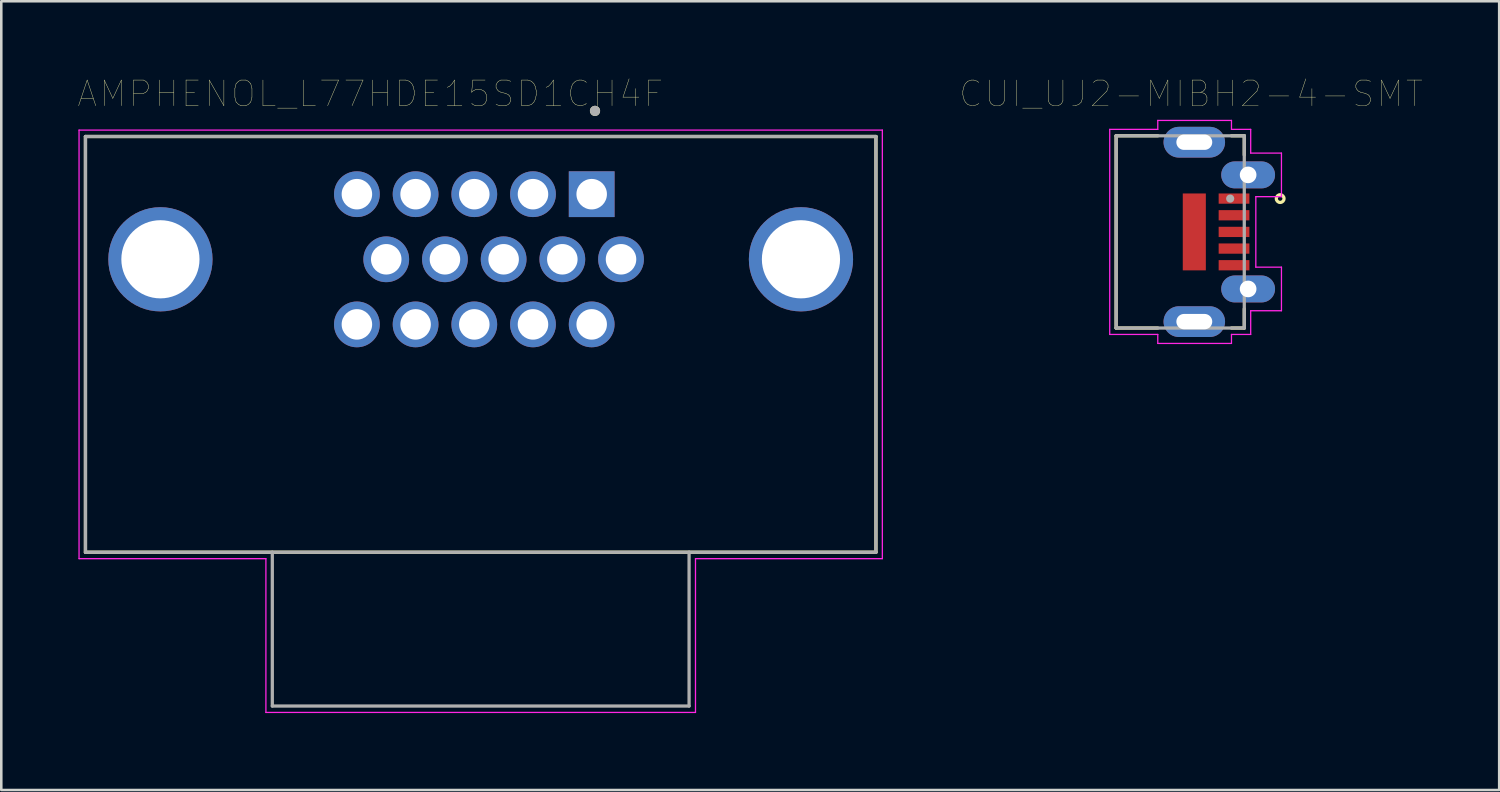
<source format=kicad_pcb>
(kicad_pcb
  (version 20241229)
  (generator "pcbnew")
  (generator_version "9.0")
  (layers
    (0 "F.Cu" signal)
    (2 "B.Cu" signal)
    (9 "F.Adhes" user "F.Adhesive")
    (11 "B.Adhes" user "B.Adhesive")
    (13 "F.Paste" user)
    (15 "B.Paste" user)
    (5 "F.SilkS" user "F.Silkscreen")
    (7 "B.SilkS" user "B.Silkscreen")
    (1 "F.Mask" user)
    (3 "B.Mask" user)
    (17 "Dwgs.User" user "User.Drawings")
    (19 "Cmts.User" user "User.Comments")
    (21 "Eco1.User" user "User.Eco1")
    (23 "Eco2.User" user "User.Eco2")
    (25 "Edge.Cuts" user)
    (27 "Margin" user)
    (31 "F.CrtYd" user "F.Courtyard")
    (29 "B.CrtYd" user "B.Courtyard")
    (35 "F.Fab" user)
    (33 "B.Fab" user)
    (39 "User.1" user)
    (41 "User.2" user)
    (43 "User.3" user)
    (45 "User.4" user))
  (footprint "CUI_UJ2-MIBH2-4-SMT"
    (layer "F.Cu")
    (at 45.095 4.698)
    (property "Reference" "CUI_UJ2-MIBH2-4-SMT" (at -1.676 -4.086 0) (layer "F.SilkS") (effects (font (size 1 1) (thickness 0.015))))
    (attr through_hole)
    (fp_line (start -4.6 -2.45) (end -2.975 -2.45) (stroke (width 0.127) (type solid)) (layer "F.SilkS"))
    (fp_line (start -4.6 5.05) (end -4.6 -2.45) (stroke (width 0.127) (type solid)) (layer "F.SilkS"))
    (fp_line (start -2.975 5.05) (end -4.6 5.05) (stroke (width 0.127) (type solid)) (layer "F.SilkS"))
    (fp_line (start -0.1 -2.45) (end 0.4 -2.45) (stroke (width 0.127) (type solid)) (layer "F.SilkS"))
    (fp_line (start 0.4 -2.45) (end 0.4 -1.7) (stroke (width 0.127) (type solid)) (layer "F.SilkS"))
    (fp_line (start 0.4 4.3) (end 0.4 5.05) (stroke (width 0.127) (type solid)) (layer "F.SilkS"))
    (fp_line (start 0.4 5.05) (end -0.1 5.05) (stroke (width 0.127) (type solid)) (layer "F.SilkS"))
    (fp_circle (center 1.8 0) (end 1.95 0) (stroke (width 0.127) (type solid)) (fill no) (layer "F.SilkS"))
    (fp_line (start 0.475 -1.25) (end 0.55 -1.25) (stroke (width 0.001) (type solid)) (layer "Edge.Cuts"))
    (fp_line (start 0.475 3.2) (end 0.55 3.2) (stroke (width 0.001) (type solid)) (layer "Edge.Cuts"))
    (fp_line (start 0.55 -1.25) (end 0.625 -1.25) (stroke (width 0.001) (type solid)) (layer "Edge.Cuts"))
    (fp_line (start 0.55 -0.6) (end 0.475 -0.6) (stroke (width 0.001) (type solid)) (layer "Edge.Cuts"))
    (fp_line (start 0.55 3.2) (end 0.625 3.2) (stroke (width 0.001) (type solid)) (layer "Edge.Cuts"))
    (fp_line (start 0.55 3.85) (end 0.475 3.85) (stroke (width 0.001) (type solid)) (layer "Edge.Cuts"))
    (fp_line (start 0.625 -0.6) (end 0.55 -0.6) (stroke (width 0.001) (type solid)) (layer "Edge.Cuts"))
    (fp_line (start 0.625 3.85) (end 0.55 3.85) (stroke (width 0.001) (type solid)) (layer "Edge.Cuts"))
    (fp_arc (start 0.15 -0.925) (mid 0.245337 -1.155163) (end 0.4755 -1.2505) (stroke (width 0.001) (type solid)) (layer "Edge.Cuts"))
    (fp_arc (start 0.15 3.525) (mid 0.245337 3.294837) (end 0.4755 3.1995) (stroke (width 0.001) (type solid)) (layer "Edge.Cuts"))
    (fp_arc (start 0.475 -0.6) (mid 0.24519 -0.69519) (end 0.15 -0.925) (stroke (width 0.001) (type solid)) (layer "Edge.Cuts"))
    (fp_arc (start 0.475 3.85) (mid 0.24519 3.75481) (end 0.15 3.525) (stroke (width 0.001) (type solid)) (layer "Edge.Cuts"))
    (fp_arc (start 0.625 -1.25) (mid 0.85481 -1.15481) (end 0.95 -0.925) (stroke (width 0.001) (type solid)) (layer "Edge.Cuts"))
    (fp_arc (start 0.625 3.2) (mid 0.85481 3.29519) (end 0.95 3.525) (stroke (width 0.001) (type solid)) (layer "Edge.Cuts"))
    (fp_arc (start 0.95 -0.925) (mid 0.854663 -0.694837) (end 0.6245 -0.5995) (stroke (width 0.001) (type solid)) (layer "Edge.Cuts"))
    (fp_arc (start 0.95 3.525) (mid 0.854663 3.755163) (end 0.6245 3.8505) (stroke (width 0.001) (type solid)) (layer "Edge.Cuts"))
    (fp_line (start -4.85 -2.7) (end -2.975 -2.7) (stroke (width 0.05) (type solid)) (layer "F.CrtYd"))
    (fp_line (start -4.85 5.3) (end -4.85 -2.7) (stroke (width 0.05) (type solid)) (layer "F.CrtYd"))
    (fp_line (start -2.975 -3.05) (end -0.1 -3.05) (stroke (width 0.05) (type solid)) (layer "F.CrtYd"))
    (fp_line (start -2.975 -2.7) (end -2.975 -3.05) (stroke (width 0.05) (type solid)) (layer "F.CrtYd"))
    (fp_line (start -2.975 5.3) (end -4.85 5.3) (stroke (width 0.05) (type solid)) (layer "F.CrtYd"))
    (fp_line (start -2.975 5.65) (end -2.975 5.3) (stroke (width 0.05) (type solid)) (layer "F.CrtYd"))
    (fp_line (start -0.1 -3.05) (end -0.1 -2.7) (stroke (width 0.05) (type solid)) (layer "F.CrtYd"))
    (fp_line (start -0.1 -2.7) (end 0.65 -2.7) (stroke (width 0.05) (type solid)) (layer "F.CrtYd"))
    (fp_line (start -0.1 5.3) (end -0.1 5.65) (stroke (width 0.05) (type solid)) (layer "F.CrtYd"))
    (fp_line (start -0.1 5.65) (end -2.975 5.65) (stroke (width 0.05) (type solid)) (layer "F.CrtYd"))
    (fp_line (start 0.65 -2.7) (end 0.65 -1.775) (stroke (width 0.05) (type solid)) (layer "F.CrtYd"))
    (fp_line (start 0.65 -1.775) (end 1.85 -1.775) (stroke (width 0.05) (type solid)) (layer "F.CrtYd"))
    (fp_line (start 0.65 4.375) (end 0.65 5.3) (stroke (width 0.05) (type solid)) (layer "F.CrtYd"))
    (fp_line (start 0.65 5.3) (end -0.1 5.3) (stroke (width 0.05) (type solid)) (layer "F.CrtYd"))
    (fp_line (start 0.85 -0.075) (end 0.85 2.675) (stroke (width 0.05) (type solid)) (layer "F.CrtYd"))
    (fp_line (start 0.85 2.675) (end 1.85 2.675) (stroke (width 0.05) (type solid)) (layer "F.CrtYd"))
    (fp_line (start 1.85 -1.775) (end 1.85 -0.075) (stroke (width 0.05) (type solid)) (layer "F.CrtYd"))
    (fp_line (start 1.85 -0.075) (end 0.85 -0.075) (stroke (width 0.05) (type solid)) (layer "F.CrtYd"))
    (fp_line (start 1.85 2.675) (end 1.85 4.375) (stroke (width 0.05) (type solid)) (layer "F.CrtYd"))
    (fp_line (start 1.85 4.375) (end 0.65 4.375) (stroke (width 0.05) (type solid)) (layer "F.CrtYd"))
    (fp_line (start -4.6 -2.45) (end 0.4 -2.45) (stroke (width 0.127) (type solid)) (layer "F.Fab"))
    (fp_line (start -4.6 5.05) (end -4.6 -2.45) (stroke (width 0.127) (type solid)) (layer "F.Fab"))
    (fp_line (start 0.4 -2.45) (end 0.4 5.05) (stroke (width 0.127) (type solid)) (layer "F.Fab"))
    (fp_line (start 0.4 5.05) (end -4.6 5.05) (stroke (width 0.127) (type solid)) (layer "F.Fab"))
    (fp_circle (center -0.15 0) (end -0.07 0) (stroke (width 0.16) (type solid)) (fill no) (layer "F.Fab"))
    (pad "1" smd rect (at 0 0) (size 1.2 0.4) (layers "F.Cu" "F.Mask" "F.Paste"))
    (pad "2" smd rect (at 0 0.65) (size 1.2 0.4) (layers "F.Cu" "F.Mask" "F.Paste"))
    (pad "3" smd rect (at 0 1.3) (size 1.2 0.4) (layers "F.Cu" "F.Mask" "F.Paste"))
    (pad "4" smd rect (at 0 1.95) (size 1.2 0.4) (layers "F.Cu" "F.Mask" "F.Paste"))
    (pad "5" smd rect (at 0 2.6) (size 1.2 0.4) (layers "F.Cu" "F.Mask" "F.Paste"))
    (pad "SH1" thru_hole oval (at -1.55 -2.2) (size 2.4 1.2) (drill oval 1.4 0.6) (layers "*.Cu" "*.Mask"))
    (pad "SH2" thru_hole oval (at 0.55 -0.925) (size 2.1 1.05) (drill 0.65) (layers "*.Cu" "*.Mask"))
    (pad "SH3" smd rect (at -1.55 1.3) (size 0.9 3) (layers "F.Cu" "F.Mask" "F.Paste"))
    (pad "SH4" thru_hole oval (at -1.55 4.8) (size 2.4 1.2) (drill oval 1.4 0.6) (layers "*.Cu" "*.Mask"))
    (pad "SH5" thru_hole oval (at 0.55 3.525) (size 2.1 1.05) (drill 0.65) (layers "*.Cu" "*.Mask")))
  (footprint "AMPHENOL_L77HDE15SD1CH4F"
    (layer "F.Cu")
    (at 15.704 7.066)
    (property "Reference" "AMPHENOL_L77HDE15SD1CH4F" (at -4.305 -6.455 0) (layer "F.SilkS") (effects (font (size 1 1) (thickness 0.015))))
    (attr through_hole)
    (fp_line (start -15.42 -4.79) (end -15.42 11.43) (stroke (width 0.127) (type solid)) (layer "F.SilkS"))
    (fp_line (start -15.42 11.43) (end 15.42 11.43) (stroke (width 0.127) (type solid)) (layer "F.SilkS"))
    (fp_line (start 15.42 -4.79) (end -15.42 -4.79) (stroke (width 0.127) (type solid)) (layer "F.SilkS"))
    (fp_line (start 15.42 11.43) (end 15.42 -4.79) (stroke (width 0.127) (type solid)) (layer "F.SilkS"))
    (fp_circle (center 4.46 -5.79) (end 4.56 -5.79) (stroke (width 0.2) (type solid)) (fill no) (layer "F.SilkS"))
    (fp_line (start -15.67 -5.04) (end -15.67 11.68) (stroke (width 0.05) (type solid)) (layer "F.CrtYd"))
    (fp_line (start -15.67 11.68) (end -8.38 11.68) (stroke (width 0.05) (type solid)) (layer "F.CrtYd"))
    (fp_line (start -8.38 11.68) (end -8.38 17.68) (stroke (width 0.05) (type solid)) (layer "F.CrtYd"))
    (fp_line (start -8.38 17.68) (end 8.38 17.68) (stroke (width 0.05) (type solid)) (layer "F.CrtYd"))
    (fp_line (start 8.38 11.68) (end 15.67 11.68) (stroke (width 0.05) (type solid)) (layer "F.CrtYd"))
    (fp_line (start 8.38 17.68) (end 8.38 11.68) (stroke (width 0.05) (type solid)) (layer "F.CrtYd"))
    (fp_line (start 15.67 -5.04) (end -15.67 -5.04) (stroke (width 0.05) (type solid)) (layer "F.CrtYd"))
    (fp_line (start 15.67 11.68) (end 15.67 -5.04) (stroke (width 0.05) (type solid)) (layer "F.CrtYd"))
    (fp_line (start -15.42 -4.79) (end -15.42 11.43) (stroke (width 0.127) (type solid)) (layer "F.Fab"))
    (fp_line (start -15.42 11.43) (end -8.13 11.43) (stroke (width 0.127) (type solid)) (layer "F.Fab"))
    (fp_line (start -8.13 11.43) (end -8.13 17.43) (stroke (width 0.127) (type solid)) (layer "F.Fab"))
    (fp_line (start -8.13 17.43) (end 8.13 17.43) (stroke (width 0.127) (type solid)) (layer "F.Fab"))
    (fp_line (start 8.13 11.43) (end -8.13 11.43) (stroke (width 0.127) (type solid)) (layer "F.Fab"))
    (fp_line (start 8.13 11.43) (end 15.42 11.43) (stroke (width 0.127) (type solid)) (layer "F.Fab"))
    (fp_line (start 8.13 17.43) (end 8.13 11.43) (stroke (width 0.127) (type solid)) (layer "F.Fab"))
    (fp_line (start 15.42 -4.79) (end -15.42 -4.79) (stroke (width 0.127) (type solid)) (layer "F.Fab"))
    (fp_line (start 15.42 11.43) (end 15.42 -4.79) (stroke (width 0.127) (type solid)) (layer "F.Fab"))
    (fp_circle (center 4.46 -5.79) (end 4.56 -5.79) (stroke (width 0.2) (type solid)) (fill no) (layer "F.Fab"))
    (pad "1" thru_hole rect (at 4.33 -2.54) (size 1.785 1.785) (drill 1.19) (layers "*.Cu" "*.Mask"))
    (pad "2" thru_hole circle (at 2.04 -2.54) (size 1.785 1.785) (drill 1.19) (layers "*.Cu" "*.Mask"))
    (pad "3" thru_hole circle (at -0.25 -2.54) (size 1.785 1.785) (drill 1.19) (layers "*.Cu" "*.Mask"))
    (pad "4" thru_hole circle (at -2.54 -2.54) (size 1.785 1.785) (drill 1.19) (layers "*.Cu" "*.Mask"))
    (pad "5" thru_hole circle (at -4.83 -2.54) (size 1.785 1.785) (drill 1.19) (layers "*.Cu" "*.Mask"))
    (pad "6" thru_hole circle (at 5.475 0) (size 1.785 1.785) (drill 1.19) (layers "*.Cu" "*.Mask"))
    (pad "7" thru_hole circle (at 3.185 0) (size 1.785 1.785) (drill 1.19) (layers "*.Cu" "*.Mask"))
    (pad "8" thru_hole circle (at 0.895 0) (size 1.785 1.785) (drill 1.19) (layers "*.Cu" "*.Mask"))
    (pad "9" thru_hole circle (at -1.395 0) (size 1.785 1.785) (drill 1.19) (layers "*.Cu" "*.Mask"))
    (pad "10" thru_hole circle (at -3.685 0) (size 1.785 1.785) (drill 1.19) (layers "*.Cu" "*.Mask"))
    (pad "11" thru_hole circle (at 4.33 2.54) (size 1.785 1.785) (drill 1.19) (layers "*.Cu" "*.Mask"))
    (pad "12" thru_hole circle (at 2.04 2.54) (size 1.785 1.785) (drill 1.19) (layers "*.Cu" "*.Mask"))
    (pad "13" thru_hole circle (at -0.25 2.54) (size 1.785 1.785) (drill 1.19) (layers "*.Cu" "*.Mask"))
    (pad "14" thru_hole circle (at -2.54 2.54) (size 1.785 1.785) (drill 1.19) (layers "*.Cu" "*.Mask"))
    (pad "15" thru_hole circle (at -4.83 2.54) (size 1.785 1.785) (drill 1.19) (layers "*.Cu" "*.Mask"))
    (pad "S1" thru_hole circle (at -12.495 0) (size 4.066 4.066) (drill 3.05) (layers "*.Cu" "*.Mask"))
    (pad "S2" thru_hole circle (at 12.495 0) (size 4.066 4.066) (drill 3.05) (layers "*.Cu" "*.Mask")))
  (gr_rect
    (start -3 -3)
    (end 55.44 27.771)
    (stroke (width 0.1) (type default))
    (fill no)
    (layer "Edge.Cuts")))
</source>
